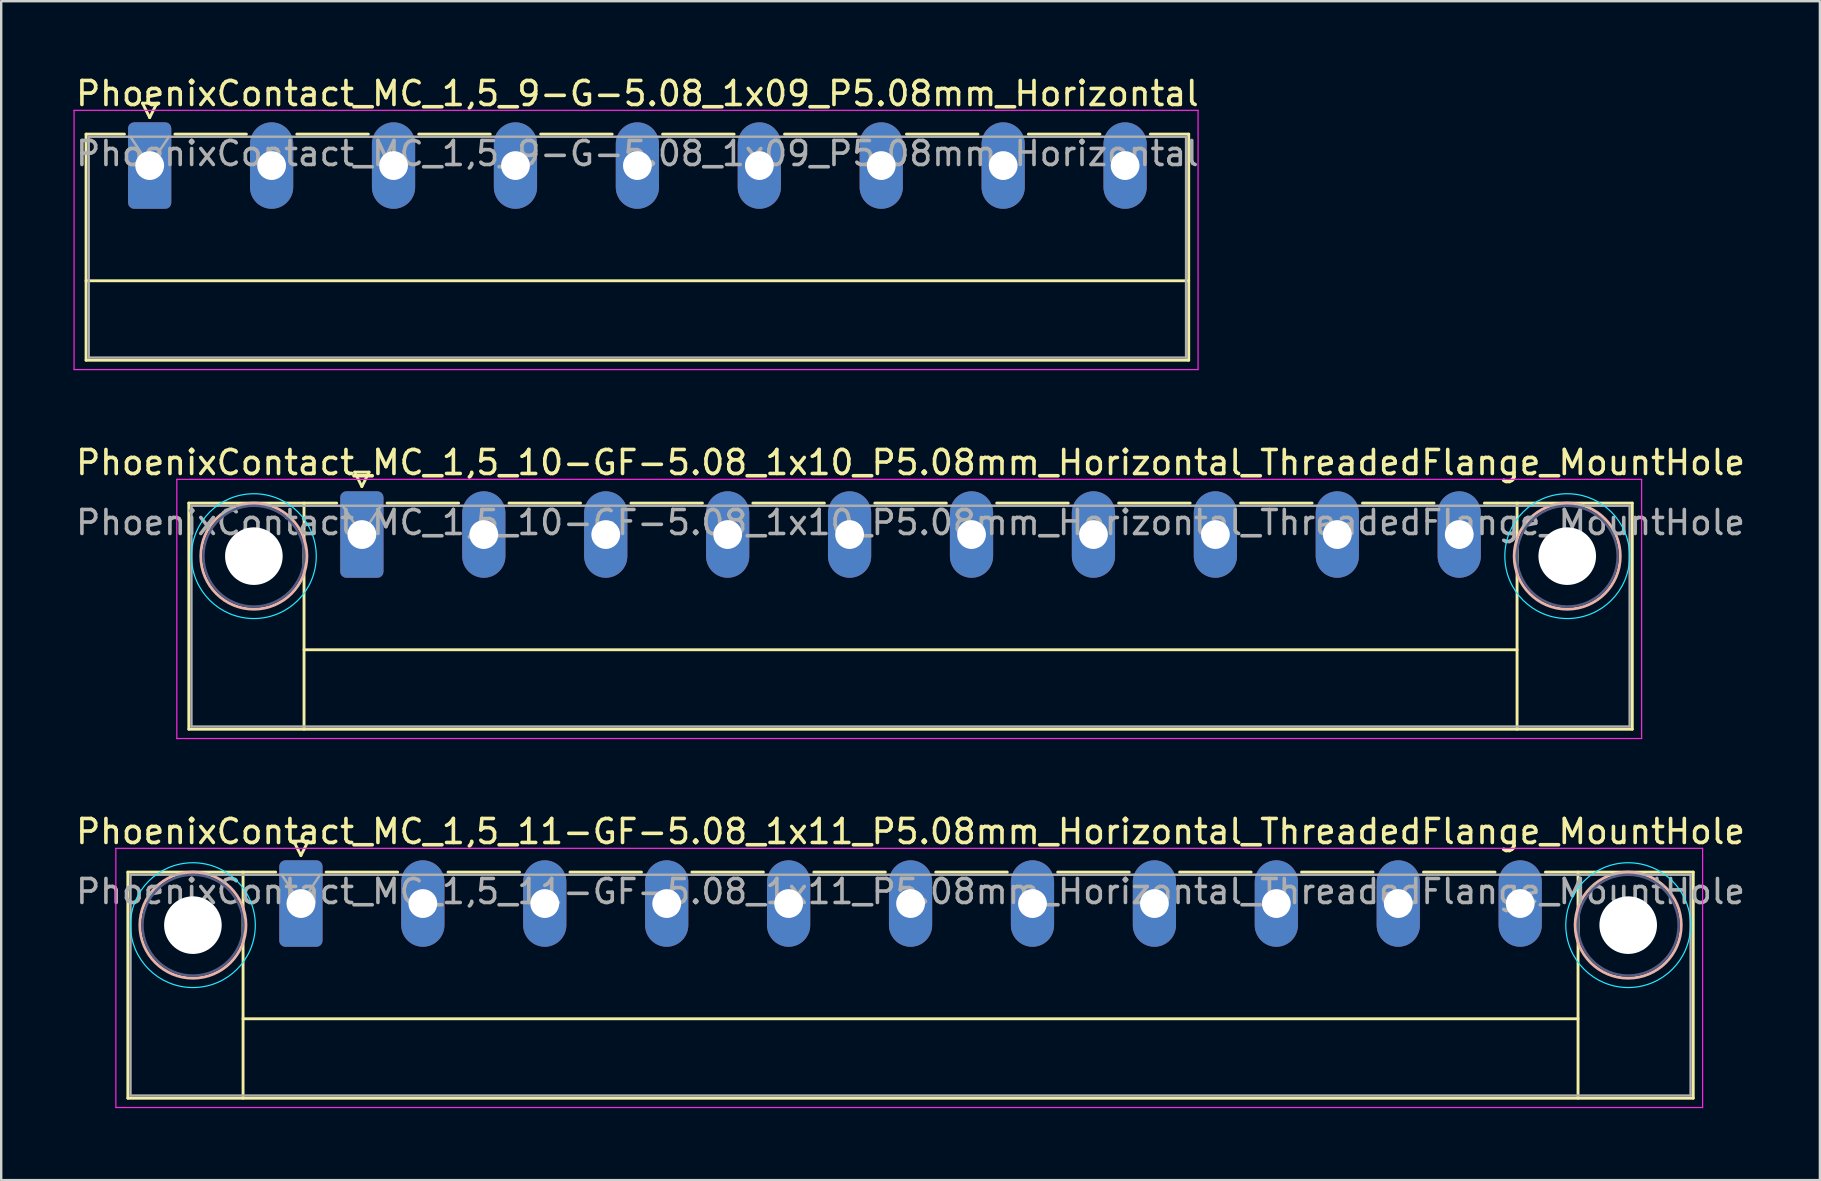
<source format=kicad_pcb>
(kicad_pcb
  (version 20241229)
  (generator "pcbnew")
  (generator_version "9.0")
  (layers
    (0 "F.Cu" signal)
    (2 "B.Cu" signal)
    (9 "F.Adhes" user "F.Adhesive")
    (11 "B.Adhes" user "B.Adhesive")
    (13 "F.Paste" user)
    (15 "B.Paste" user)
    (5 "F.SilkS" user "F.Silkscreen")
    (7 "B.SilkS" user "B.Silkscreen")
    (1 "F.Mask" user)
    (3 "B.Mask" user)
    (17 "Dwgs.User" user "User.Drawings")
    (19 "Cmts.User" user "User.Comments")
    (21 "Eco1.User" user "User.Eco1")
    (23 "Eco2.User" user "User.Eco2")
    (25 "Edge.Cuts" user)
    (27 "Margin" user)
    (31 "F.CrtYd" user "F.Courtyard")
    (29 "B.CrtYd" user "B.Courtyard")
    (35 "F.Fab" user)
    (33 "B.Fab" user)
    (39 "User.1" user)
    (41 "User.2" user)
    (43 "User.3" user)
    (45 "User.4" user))
  (footprint "PhoenixContact_MC_1,5_11-GF-5.08_1x11_P5.08mm_Horizontal_ThreadedFlange_MountHole"
    (layer "F.Cu")
    (at 9.487 34.595)
    (property "Reference" "PhoenixContact_MC_1,5_11-GF-5.08_1x11_P5.08mm_Horizontal_ThreadedFlange_MountHole" (at 25.4 -3 0) (layer "F.SilkS") (effects (font (size 1 1) (thickness 0.15))))
    (attr through_hole)
    (fp_line (start -7.21 -1.31) (end -7.21 8.11) (stroke (width 0.12) (type solid)) (layer "F.SilkS"))
    (fp_line (start -7.21 -1.31) (end -1.05 -1.31) (stroke (width 0.12) (type solid)) (layer "F.SilkS"))
    (fp_line (start -7.21 8.11) (end 58.01 8.11) (stroke (width 0.12) (type solid)) (layer "F.SilkS"))
    (fp_line (start -2.41 -1.31) (end -2.41 8.11) (stroke (width 0.12) (type solid)) (layer "F.SilkS"))
    (fp_line (start -2.41 4.8) (end 53.21 4.8) (stroke (width 0.12) (type solid)) (layer "F.SilkS"))
    (fp_line (start -0.3 -2.6) (end 0.3 -2.6) (stroke (width 0.12) (type solid)) (layer "F.SilkS"))
    (fp_line (start 0 -2) (end -0.3 -2.6) (stroke (width 0.12) (type solid)) (layer "F.SilkS"))
    (fp_line (start 0.3 -2.6) (end 0 -2) (stroke (width 0.12) (type solid)) (layer "F.SilkS"))
    (fp_line (start 1.05 -1.31) (end 4.03 -1.31) (stroke (width 0.12) (type solid)) (layer "F.SilkS"))
    (fp_line (start 6.13 -1.31) (end 9.11 -1.31) (stroke (width 0.12) (type solid)) (layer "F.SilkS"))
    (fp_line (start 11.21 -1.31) (end 14.19 -1.31) (stroke (width 0.12) (type solid)) (layer "F.SilkS"))
    (fp_line (start 16.29 -1.31) (end 19.27 -1.31) (stroke (width 0.12) (type solid)) (layer "F.SilkS"))
    (fp_line (start 21.37 -1.31) (end 24.35 -1.31) (stroke (width 0.12) (type solid)) (layer "F.SilkS"))
    (fp_line (start 26.45 -1.31) (end 29.43 -1.31) (stroke (width 0.12) (type solid)) (layer "F.SilkS"))
    (fp_line (start 31.53 -1.31) (end 34.51 -1.31) (stroke (width 0.12) (type solid)) (layer "F.SilkS"))
    (fp_line (start 36.61 -1.31) (end 39.59 -1.31) (stroke (width 0.12) (type solid)) (layer "F.SilkS"))
    (fp_line (start 41.69 -1.31) (end 44.67 -1.31) (stroke (width 0.12) (type solid)) (layer "F.SilkS"))
    (fp_line (start 46.77 -1.31) (end 49.75 -1.31) (stroke (width 0.12) (type solid)) (layer "F.SilkS"))
    (fp_line (start 53.21 -1.31) (end 53.21 8.11) (stroke (width 0.12) (type solid)) (layer "F.SilkS"))
    (fp_line (start 58.01 -1.31) (end 51.85 -1.31) (stroke (width 0.12) (type solid)) (layer "F.SilkS"))
    (fp_line (start 58.01 8.11) (end 58.01 -1.31) (stroke (width 0.12) (type solid)) (layer "F.SilkS"))
    (fp_circle (center -4.5 0.9) (end -2.29 0.9) (stroke (width 0.12) (type solid)) (fill no) (layer "B.SilkS"))
    (fp_circle (center 55.3 0.9) (end 57.51 0.9) (stroke (width 0.12) (type solid)) (fill no) (layer "B.SilkS"))
    (fp_circle (center -4.5 0.9) (end -1.9 0.9) (stroke (width 0.05) (type solid)) (fill no) (layer "B.CrtYd"))
    (fp_circle (center 55.3 0.9) (end 57.9 0.9) (stroke (width 0.05) (type solid)) (fill no) (layer "B.CrtYd"))
    (fp_line (start -7.71 -2.3) (end -7.71 8.5) (stroke (width 0.05) (type solid)) (layer "F.CrtYd"))
    (fp_line (start -7.71 8.5) (end 58.4 8.5) (stroke (width 0.05) (type solid)) (layer "F.CrtYd"))
    (fp_line (start 58.4 -2.3) (end -7.71 -2.3) (stroke (width 0.05) (type solid)) (layer "F.CrtYd"))
    (fp_line (start 58.4 8.5) (end 58.4 -2.3) (stroke (width 0.05) (type solid)) (layer "F.CrtYd"))
    (fp_circle (center -4.5 0.9) (end -2.4 0.9) (stroke (width 0.1) (type solid)) (fill no) (layer "B.Fab"))
    (fp_circle (center 55.3 0.9) (end 57.4 0.9) (stroke (width 0.1) (type solid)) (fill no) (layer "B.Fab"))
    (fp_line (start -7.1 -1.2) (end -7.1 8) (stroke (width 0.1) (type solid)) (layer "F.Fab"))
    (fp_line (start -7.1 8) (end 57.9 8) (stroke (width 0.1) (type solid)) (layer "F.Fab"))
    (fp_line (start 0 0) (end -0.8 -1.2) (stroke (width 0.1) (type solid)) (layer "F.Fab"))
    (fp_line (start 0.8 -1.2) (end 0 0) (stroke (width 0.1) (type solid)) (layer "F.Fab"))
    (fp_line (start 57.9 -1.2) (end -7.1 -1.2) (stroke (width 0.1) (type solid)) (layer "F.Fab"))
    (fp_line (start 57.9 8) (end 57.9 -1.2) (stroke (width 0.1) (type solid)) (layer "F.Fab"))
    (fp_text user "${REFERENCE}" (at 25.4 -0.5 0) (layer "F.Fab") (effects (font (size 1 1) (thickness 0.15))))
    (pad "" np_thru_hole circle (at -4.5 0.9) (size 2.4 2.4) (drill 2.4) (layers "*.Cu" "*.Mask"))
    (pad "" np_thru_hole circle (at 55.3 0.9) (size 2.4 2.4) (drill 2.4) (layers "*.Cu" "*.Mask"))
    (pad "1" thru_hole roundrect (at 0 0) (size 1.8 3.6) (drill 1.2) (layers "*.Cu" "*.Mask") (roundrect_rratio 0.139))
    (pad "2" thru_hole oval (at 5.08 0) (size 1.8 3.6) (drill 1.2) (layers "*.Cu" "*.Mask"))
    (pad "3" thru_hole oval (at 10.16 0) (size 1.8 3.6) (drill 1.2) (layers "*.Cu" "*.Mask"))
    (pad "4" thru_hole oval (at 15.24 0) (size 1.8 3.6) (drill 1.2) (layers "*.Cu" "*.Mask"))
    (pad "5" thru_hole oval (at 20.32 0) (size 1.8 3.6) (drill 1.2) (layers "*.Cu" "*.Mask"))
    (pad "6" thru_hole oval (at 25.4 0) (size 1.8 3.6) (drill 1.2) (layers "*.Cu" "*.Mask"))
    (pad "7" thru_hole oval (at 30.48 0) (size 1.8 3.6) (drill 1.2) (layers "*.Cu" "*.Mask"))
    (pad "8" thru_hole oval (at 35.56 0) (size 1.8 3.6) (drill 1.2) (layers "*.Cu" "*.Mask"))
    (pad "9" thru_hole oval (at 40.64 0) (size 1.8 3.6) (drill 1.2) (layers "*.Cu" "*.Mask"))
    (pad "10" thru_hole oval (at 45.72 0) (size 1.8 3.6) (drill 1.2) (layers "*.Cu" "*.Mask"))
    (pad "11" thru_hole oval (at 50.8 0) (size 1.8 3.6) (drill 1.2) (layers "*.Cu" "*.Mask")))
  (footprint "PhoenixContact_MC_1,5_10-GF-5.08_1x10_P5.08mm_Horizontal_ThreadedFlange_MountHole"
    (layer "F.Cu")
    (at 12.027 19.221)
    (property "Reference" "PhoenixContact_MC_1,5_10-GF-5.08_1x10_P5.08mm_Horizontal_ThreadedFlange_MountHole" (at 22.86 -3 0) (layer "F.SilkS") (effects (font (size 1 1) (thickness 0.15))))
    (attr through_hole)
    (fp_line (start -7.21 -1.31) (end -7.21 8.11) (stroke (width 0.12) (type solid)) (layer "F.SilkS"))
    (fp_line (start -7.21 -1.31) (end -1.05 -1.31) (stroke (width 0.12) (type solid)) (layer "F.SilkS"))
    (fp_line (start -7.21 8.11) (end 52.93 8.11) (stroke (width 0.12) (type solid)) (layer "F.SilkS"))
    (fp_line (start -2.41 -1.31) (end -2.41 8.11) (stroke (width 0.12) (type solid)) (layer "F.SilkS"))
    (fp_line (start -2.41 4.8) (end 48.13 4.8) (stroke (width 0.12) (type solid)) (layer "F.SilkS"))
    (fp_line (start -0.3 -2.6) (end 0.3 -2.6) (stroke (width 0.12) (type solid)) (layer "F.SilkS"))
    (fp_line (start 0 -2) (end -0.3 -2.6) (stroke (width 0.12) (type solid)) (layer "F.SilkS"))
    (fp_line (start 0.3 -2.6) (end 0 -2) (stroke (width 0.12) (type solid)) (layer "F.SilkS"))
    (fp_line (start 1.05 -1.31) (end 4.03 -1.31) (stroke (width 0.12) (type solid)) (layer "F.SilkS"))
    (fp_line (start 6.13 -1.31) (end 9.11 -1.31) (stroke (width 0.12) (type solid)) (layer "F.SilkS"))
    (fp_line (start 11.21 -1.31) (end 14.19 -1.31) (stroke (width 0.12) (type solid)) (layer "F.SilkS"))
    (fp_line (start 16.29 -1.31) (end 19.27 -1.31) (stroke (width 0.12) (type solid)) (layer "F.SilkS"))
    (fp_line (start 21.37 -1.31) (end 24.35 -1.31) (stroke (width 0.12) (type solid)) (layer "F.SilkS"))
    (fp_line (start 26.45 -1.31) (end 29.43 -1.31) (stroke (width 0.12) (type solid)) (layer "F.SilkS"))
    (fp_line (start 31.53 -1.31) (end 34.51 -1.31) (stroke (width 0.12) (type solid)) (layer "F.SilkS"))
    (fp_line (start 36.61 -1.31) (end 39.59 -1.31) (stroke (width 0.12) (type solid)) (layer "F.SilkS"))
    (fp_line (start 41.69 -1.31) (end 44.67 -1.31) (stroke (width 0.12) (type solid)) (layer "F.SilkS"))
    (fp_line (start 48.13 -1.31) (end 48.13 8.11) (stroke (width 0.12) (type solid)) (layer "F.SilkS"))
    (fp_line (start 52.93 -1.31) (end 46.77 -1.31) (stroke (width 0.12) (type solid)) (layer "F.SilkS"))
    (fp_line (start 52.93 8.11) (end 52.93 -1.31) (stroke (width 0.12) (type solid)) (layer "F.SilkS"))
    (fp_circle (center -4.5 0.9) (end -2.29 0.9) (stroke (width 0.12) (type solid)) (fill no) (layer "B.SilkS"))
    (fp_circle (center 50.22 0.9) (end 52.43 0.9) (stroke (width 0.12) (type solid)) (fill no) (layer "B.SilkS"))
    (fp_circle (center -4.5 0.9) (end -1.9 0.9) (stroke (width 0.05) (type solid)) (fill no) (layer "B.CrtYd"))
    (fp_circle (center 50.22 0.9) (end 52.82 0.9) (stroke (width 0.05) (type solid)) (fill no) (layer "B.CrtYd"))
    (fp_line (start -7.71 -2.3) (end -7.71 8.5) (stroke (width 0.05) (type solid)) (layer "F.CrtYd"))
    (fp_line (start -7.71 8.5) (end 53.32 8.5) (stroke (width 0.05) (type solid)) (layer "F.CrtYd"))
    (fp_line (start 53.32 -2.3) (end -7.71 -2.3) (stroke (width 0.05) (type solid)) (layer "F.CrtYd"))
    (fp_line (start 53.32 8.5) (end 53.32 -2.3) (stroke (width 0.05) (type solid)) (layer "F.CrtYd"))
    (fp_circle (center -4.5 0.9) (end -2.4 0.9) (stroke (width 0.1) (type solid)) (fill no) (layer "B.Fab"))
    (fp_circle (center 50.22 0.9) (end 52.32 0.9) (stroke (width 0.1) (type solid)) (fill no) (layer "B.Fab"))
    (fp_line (start -7.1 -1.2) (end -7.1 8) (stroke (width 0.1) (type solid)) (layer "F.Fab"))
    (fp_line (start -7.1 8) (end 52.82 8) (stroke (width 0.1) (type solid)) (layer "F.Fab"))
    (fp_line (start 0 0) (end -0.8 -1.2) (stroke (width 0.1) (type solid)) (layer "F.Fab"))
    (fp_line (start 0.8 -1.2) (end 0 0) (stroke (width 0.1) (type solid)) (layer "F.Fab"))
    (fp_line (start 52.82 -1.2) (end -7.1 -1.2) (stroke (width 0.1) (type solid)) (layer "F.Fab"))
    (fp_line (start 52.82 8) (end 52.82 -1.2) (stroke (width 0.1) (type solid)) (layer "F.Fab"))
    (fp_text user "${REFERENCE}" (at 22.86 -0.5 0) (layer "F.Fab") (effects (font (size 1 1) (thickness 0.15))))
    (pad "" np_thru_hole circle (at -4.5 0.9) (size 2.4 2.4) (drill 2.4) (layers "*.Cu" "*.Mask"))
    (pad "" np_thru_hole circle (at 50.22 0.9) (size 2.4 2.4) (drill 2.4) (layers "*.Cu" "*.Mask"))
    (pad "1" thru_hole roundrect (at 0 0) (size 1.8 3.6) (drill 1.2) (layers "*.Cu" "*.Mask") (roundrect_rratio 0.139))
    (pad "2" thru_hole oval (at 5.08 0) (size 1.8 3.6) (drill 1.2) (layers "*.Cu" "*.Mask"))
    (pad "3" thru_hole oval (at 10.16 0) (size 1.8 3.6) (drill 1.2) (layers "*.Cu" "*.Mask"))
    (pad "4" thru_hole oval (at 15.24 0) (size 1.8 3.6) (drill 1.2) (layers "*.Cu" "*.Mask"))
    (pad "5" thru_hole oval (at 20.32 0) (size 1.8 3.6) (drill 1.2) (layers "*.Cu" "*.Mask"))
    (pad "6" thru_hole oval (at 25.4 0) (size 1.8 3.6) (drill 1.2) (layers "*.Cu" "*.Mask"))
    (pad "7" thru_hole oval (at 30.48 0) (size 1.8 3.6) (drill 1.2) (layers "*.Cu" "*.Mask"))
    (pad "8" thru_hole oval (at 35.56 0) (size 1.8 3.6) (drill 1.2) (layers "*.Cu" "*.Mask"))
    (pad "9" thru_hole oval (at 40.64 0) (size 1.8 3.6) (drill 1.2) (layers "*.Cu" "*.Mask"))
    (pad "10" thru_hole oval (at 45.72 0) (size 1.8 3.6) (drill 1.2) (layers "*.Cu" "*.Mask")))
  (footprint "PhoenixContact_MC_1,5_9-G-5.08_1x09_P5.08mm_Horizontal"
    (layer "F.Cu")
    (at 3.186 3.848)
    (property "Reference" "PhoenixContact_MC_1,5_9-G-5.08_1x09_P5.08mm_Horizontal" (at 20.32 -3 0) (layer "F.SilkS") (effects (font (size 1 1) (thickness 0.15))))
    (attr through_hole)
    (fp_line (start -2.65 -1.31) (end -2.65 8.11) (stroke (width 0.12) (type solid)) (layer "F.SilkS"))
    (fp_line (start -2.65 -1.31) (end -1.05 -1.31) (stroke (width 0.12) (type solid)) (layer "F.SilkS"))
    (fp_line (start -2.65 4.8) (end 43.29 4.8) (stroke (width 0.12) (type solid)) (layer "F.SilkS"))
    (fp_line (start -2.65 8.11) (end 43.29 8.11) (stroke (width 0.12) (type solid)) (layer "F.SilkS"))
    (fp_line (start -0.3 -2.6) (end 0.3 -2.6) (stroke (width 0.12) (type solid)) (layer "F.SilkS"))
    (fp_line (start 0 -2) (end -0.3 -2.6) (stroke (width 0.12) (type solid)) (layer "F.SilkS"))
    (fp_line (start 0.3 -2.6) (end 0 -2) (stroke (width 0.12) (type solid)) (layer "F.SilkS"))
    (fp_line (start 1.05 -1.31) (end 4.03 -1.31) (stroke (width 0.12) (type solid)) (layer "F.SilkS"))
    (fp_line (start 6.13 -1.31) (end 9.11 -1.31) (stroke (width 0.12) (type solid)) (layer "F.SilkS"))
    (fp_line (start 11.21 -1.31) (end 14.19 -1.31) (stroke (width 0.12) (type solid)) (layer "F.SilkS"))
    (fp_line (start 16.29 -1.31) (end 19.27 -1.31) (stroke (width 0.12) (type solid)) (layer "F.SilkS"))
    (fp_line (start 21.37 -1.31) (end 24.35 -1.31) (stroke (width 0.12) (type solid)) (layer "F.SilkS"))
    (fp_line (start 26.45 -1.31) (end 29.43 -1.31) (stroke (width 0.12) (type solid)) (layer "F.SilkS"))
    (fp_line (start 31.53 -1.31) (end 34.51 -1.31) (stroke (width 0.12) (type solid)) (layer "F.SilkS"))
    (fp_line (start 36.61 -1.31) (end 39.59 -1.31) (stroke (width 0.12) (type solid)) (layer "F.SilkS"))
    (fp_line (start 43.29 -1.31) (end 41.69 -1.31) (stroke (width 0.12) (type solid)) (layer "F.SilkS"))
    (fp_line (start 43.29 8.11) (end 43.29 -1.31) (stroke (width 0.12) (type solid)) (layer "F.SilkS"))
    (fp_line (start -3.15 -2.3) (end -3.15 8.5) (stroke (width 0.05) (type solid)) (layer "F.CrtYd"))
    (fp_line (start -3.15 8.5) (end 43.68 8.5) (stroke (width 0.05) (type solid)) (layer "F.CrtYd"))
    (fp_line (start 43.68 -2.3) (end -3.15 -2.3) (stroke (width 0.05) (type solid)) (layer "F.CrtYd"))
    (fp_line (start 43.68 8.5) (end 43.68 -2.3) (stroke (width 0.05) (type solid)) (layer "F.CrtYd"))
    (fp_line (start -2.54 -1.2) (end -2.54 8) (stroke (width 0.1) (type solid)) (layer "F.Fab"))
    (fp_line (start -2.54 8) (end 43.18 8) (stroke (width 0.1) (type solid)) (layer "F.Fab"))
    (fp_line (start 0 0) (end -0.8 -1.2) (stroke (width 0.1) (type solid)) (layer "F.Fab"))
    (fp_line (start 0.8 -1.2) (end 0 0) (stroke (width 0.1) (type solid)) (layer "F.Fab"))
    (fp_line (start 43.18 -1.2) (end -2.54 -1.2) (stroke (width 0.1) (type solid)) (layer "F.Fab"))
    (fp_line (start 43.18 8) (end 43.18 -1.2) (stroke (width 0.1) (type solid)) (layer "F.Fab"))
    (fp_text user "${REFERENCE}" (at 20.32 -0.5 0) (layer "F.Fab") (effects (font (size 1 1) (thickness 0.15))))
    (pad "1" thru_hole roundrect (at 0 0) (size 1.8 3.6) (drill 1.2) (layers "*.Cu" "*.Mask") (roundrect_rratio 0.139))
    (pad "2" thru_hole oval (at 5.08 0) (size 1.8 3.6) (drill 1.2) (layers "*.Cu" "*.Mask"))
    (pad "3" thru_hole oval (at 10.16 0) (size 1.8 3.6) (drill 1.2) (layers "*.Cu" "*.Mask"))
    (pad "4" thru_hole oval (at 15.24 0) (size 1.8 3.6) (drill 1.2) (layers "*.Cu" "*.Mask"))
    (pad "5" thru_hole oval (at 20.32 0) (size 1.8 3.6) (drill 1.2) (layers "*.Cu" "*.Mask"))
    (pad "6" thru_hole oval (at 25.4 0) (size 1.8 3.6) (drill 1.2) (layers "*.Cu" "*.Mask"))
    (pad "7" thru_hole oval (at 30.48 0) (size 1.8 3.6) (drill 1.2) (layers "*.Cu" "*.Mask"))
    (pad "8" thru_hole oval (at 35.56 0) (size 1.8 3.6) (drill 1.2) (layers "*.Cu" "*.Mask"))
    (pad "9" thru_hole oval (at 40.64 0) (size 1.8 3.6) (drill 1.2) (layers "*.Cu" "*.Mask")))
  (gr_rect
    (start -3 -3)
    (end 72.774 46.12)
    (stroke (width 0.1) (type default))
    (fill no)
    (layer "Edge.Cuts")))
</source>
